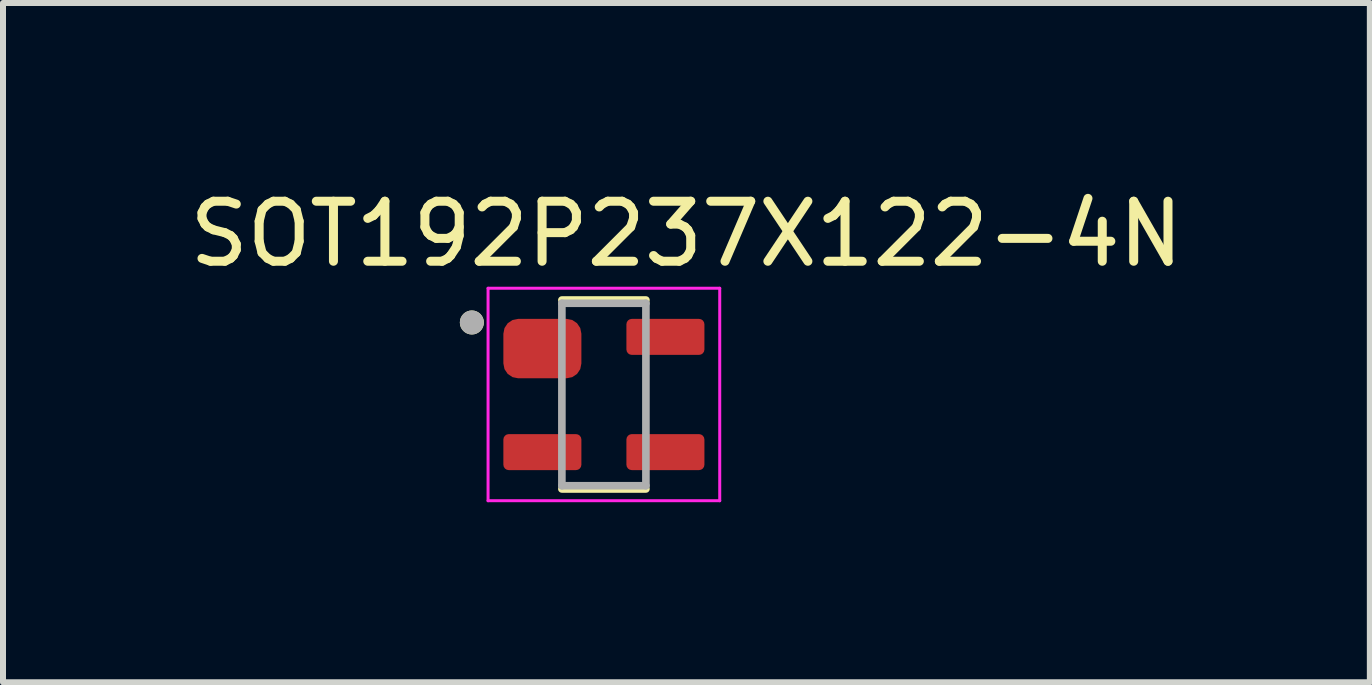
<source format=kicad_pcb>
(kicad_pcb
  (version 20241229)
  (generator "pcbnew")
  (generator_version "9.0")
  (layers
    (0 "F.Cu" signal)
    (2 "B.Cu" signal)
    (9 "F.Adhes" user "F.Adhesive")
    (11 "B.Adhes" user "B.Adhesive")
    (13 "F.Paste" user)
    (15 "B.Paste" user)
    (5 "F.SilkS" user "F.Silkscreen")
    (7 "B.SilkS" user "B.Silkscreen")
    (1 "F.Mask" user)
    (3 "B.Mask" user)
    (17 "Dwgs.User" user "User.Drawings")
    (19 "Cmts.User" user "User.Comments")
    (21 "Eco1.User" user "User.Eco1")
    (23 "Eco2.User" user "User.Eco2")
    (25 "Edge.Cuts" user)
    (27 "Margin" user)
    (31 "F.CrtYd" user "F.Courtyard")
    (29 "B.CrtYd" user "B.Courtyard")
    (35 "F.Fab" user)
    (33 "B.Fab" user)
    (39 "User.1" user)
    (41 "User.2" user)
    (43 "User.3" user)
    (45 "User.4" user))
  (footprint "SOT192P237X122-4N"
    (layer "F.Cu")
    (at 7.012 3.523)
    (property "Reference" "SOT192P237X122-4N" (at 1.375 -2.675 0) (layer "F.SilkS") (effects (font (size 1 1) (thickness 0.15))))
    (attr smd)
    (fp_line (start -0.7 -1.574) (end 0.7 -1.574) (stroke (width 0.127) (type solid)) (layer "F.SilkS"))
    (fp_line (start 0.7 1.574) (end -0.7 1.574) (stroke (width 0.127) (type solid)) (layer "F.SilkS"))
    (fp_circle (center -2.2 -1.2) (end -2.1 -1.2) (stroke (width 0.2) (type solid)) (fill no) (layer "F.SilkS"))
    (fp_line (start -1.93 -1.77) (end 1.93 -1.77) (stroke (width 0.05) (type solid)) (layer "F.CrtYd"))
    (fp_line (start -1.93 1.77) (end -1.93 -1.77) (stroke (width 0.05) (type solid)) (layer "F.CrtYd"))
    (fp_line (start 1.93 -1.77) (end 1.93 1.77) (stroke (width 0.05) (type solid)) (layer "F.CrtYd"))
    (fp_line (start 1.93 1.77) (end -1.93 1.77) (stroke (width 0.05) (type solid)) (layer "F.CrtYd"))
    (fp_line (start -0.7 -1.52) (end 0.7 -1.52) (stroke (width 0.127) (type solid)) (layer "F.Fab"))
    (fp_line (start -0.7 1.52) (end -0.7 -1.52) (stroke (width 0.127) (type solid)) (layer "F.Fab"))
    (fp_line (start 0.7 -1.52) (end 0.7 1.52) (stroke (width 0.127) (type solid)) (layer "F.Fab"))
    (fp_line (start 0.7 1.52) (end -0.7 1.52) (stroke (width 0.127) (type solid)) (layer "F.Fab"))
    (fp_circle (center -2.2 -1.2) (end -2.1 -1.2) (stroke (width 0.2) (type solid)) (fill no) (layer "F.Fab"))
    (pad "1" smd roundrect (at -1.025 -0.765) (size 1.3 0.99) (layers "F.Cu" "F.Mask" "F.Paste") (roundrect_rratio 0.25))
    (pad "2" smd roundrect (at -1.025 0.96) (size 1.3 0.6) (layers "F.Cu" "F.Mask" "F.Paste") (roundrect_rratio 0.15))
    (pad "3" smd roundrect (at 1.025 0.96) (size 1.3 0.6) (layers "F.Cu" "F.Mask" "F.Paste") (roundrect_rratio 0.15))
    (pad "4" smd roundrect (at 1.025 -0.96) (size 1.3 0.6) (layers "F.Cu" "F.Mask" "F.Paste") (roundrect_rratio 0.15)))
  (gr_rect
    (start -3 -3)
    (end 19.774 8.318)
    (stroke (width 0.1) (type default))
    (fill no)
    (layer "Edge.Cuts")))
</source>
